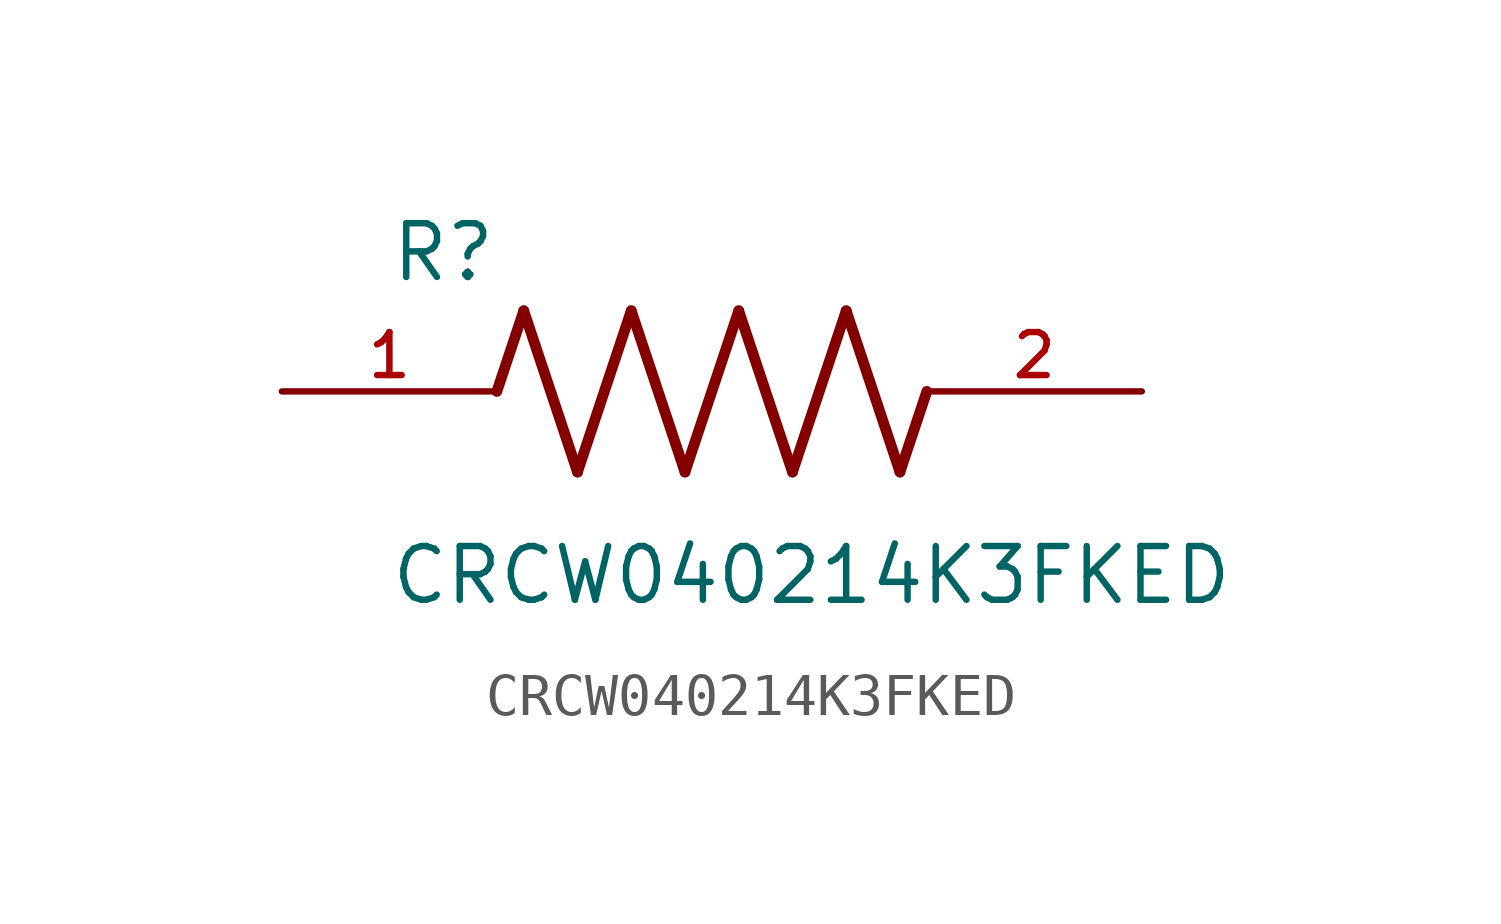
<source format=kicad_sym>
(kicad_symbol_lib
  (version 20211014)
  (generator kicad_symbol_editor)
  (symbol "CRCW040214K3FKED"
    (pin_names
      (offset 1.016))
    (property "Reference" "R"
      (at -7.624 2.541 0)
      (effects (font (size 1.27 1.27)) (justify bottom left)))
    (property "Value" "CRCW040214K3FKED"
      (at -7.63 -5.087 0)
      (effects (font (size 1.27 1.27)) (justify bottom left)))
    (symbol "CRCW040214K3FKED_0_0"
      (polyline (pts (xy -5.08 0.0) (xy -4.445 1.905)) (stroke (width 0.254)))
      (polyline (pts (xy -4.445 1.905) (xy -3.175 -1.905)) (stroke (width 0.254)))
      (polyline (pts (xy -3.175 -1.905) (xy -1.905 1.905)) (stroke (width 0.254)))
      (polyline (pts (xy -1.905 1.905) (xy -0.635 -1.905)) (stroke (width 0.254)))
      (polyline (pts (xy -0.635 -1.905) (xy 0.635 1.905)) (stroke (width 0.254)))
      (polyline (pts (xy 0.635 1.905) (xy 1.905 -1.905)) (stroke (width 0.254)))
      (polyline (pts (xy 1.905 -1.905) (xy 3.175 1.905)) (stroke (width 0.254)))
      (polyline (pts (xy 3.175 1.905) (xy 4.445 -1.905)) (stroke (width 0.254)))
      (polyline (pts (xy 4.445 -1.905) (xy 5.08 0.0)) (stroke (width 0.254)))
      (pin passive line (at -10.16 0.0 0) (length 5.08) (name "~" (effects (font (size 1.016 1.016)))) (number "1" (effects (font (size 1.016 1.016)))))
      (pin passive line (at 10.16 0.0 180.0) (length 5.08) (name "~" (effects (font (size 1.016 1.016)))) (number "2" (effects (font (size 1.016 1.016))))))))
</source>
